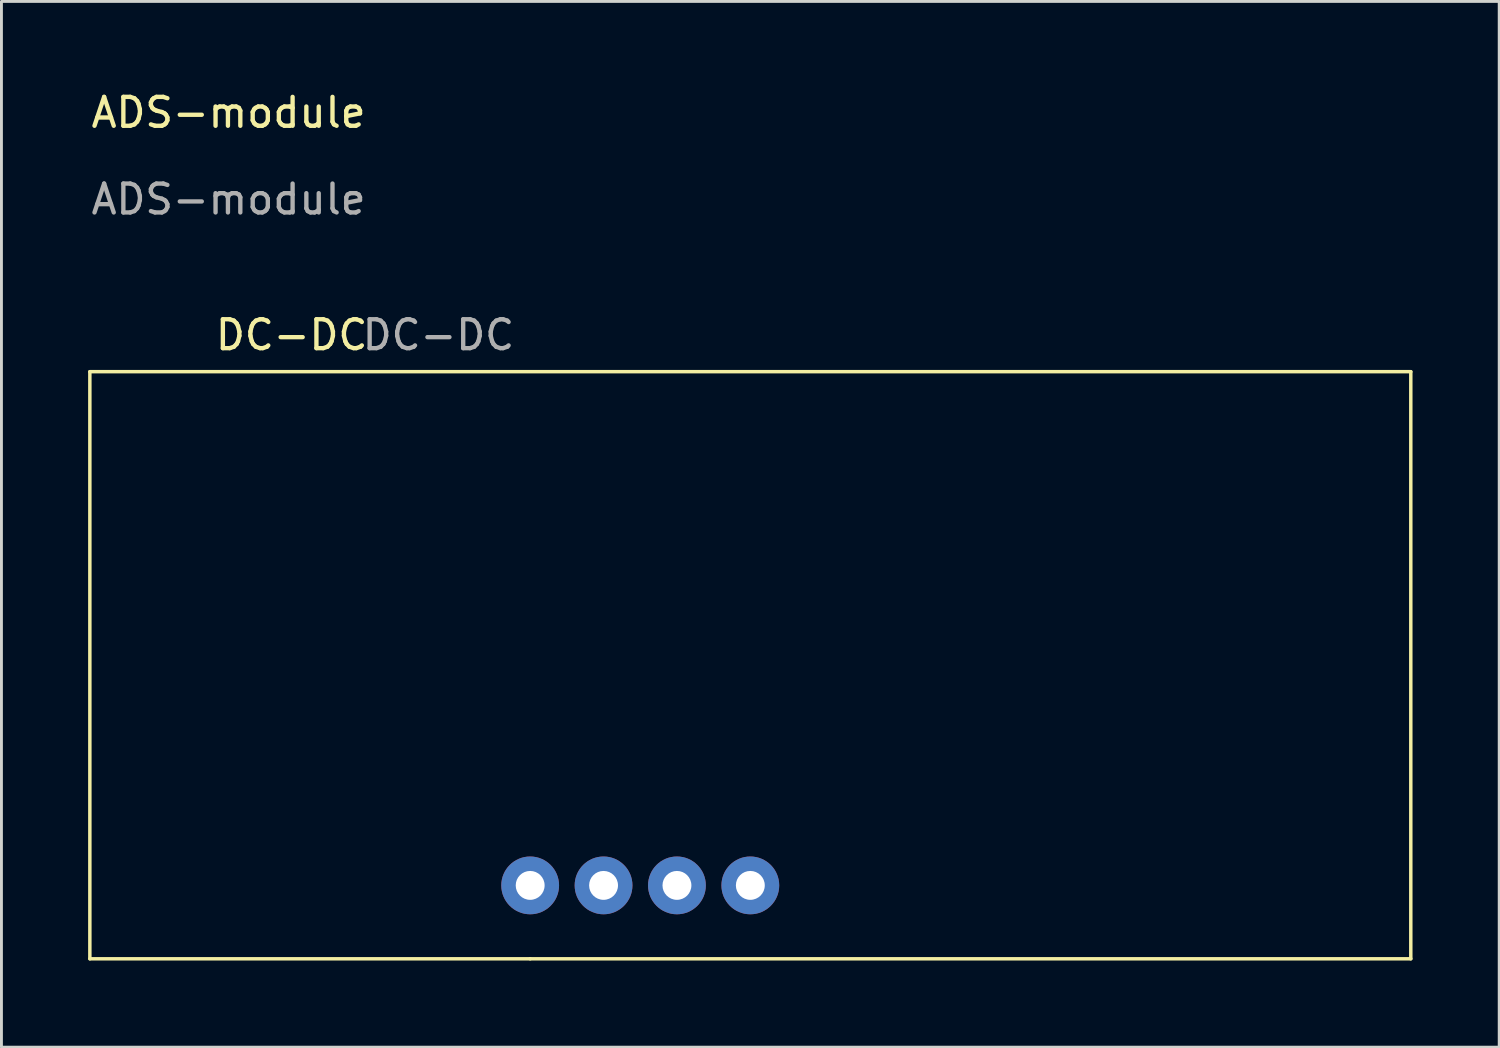
<source format=kicad_pcb>
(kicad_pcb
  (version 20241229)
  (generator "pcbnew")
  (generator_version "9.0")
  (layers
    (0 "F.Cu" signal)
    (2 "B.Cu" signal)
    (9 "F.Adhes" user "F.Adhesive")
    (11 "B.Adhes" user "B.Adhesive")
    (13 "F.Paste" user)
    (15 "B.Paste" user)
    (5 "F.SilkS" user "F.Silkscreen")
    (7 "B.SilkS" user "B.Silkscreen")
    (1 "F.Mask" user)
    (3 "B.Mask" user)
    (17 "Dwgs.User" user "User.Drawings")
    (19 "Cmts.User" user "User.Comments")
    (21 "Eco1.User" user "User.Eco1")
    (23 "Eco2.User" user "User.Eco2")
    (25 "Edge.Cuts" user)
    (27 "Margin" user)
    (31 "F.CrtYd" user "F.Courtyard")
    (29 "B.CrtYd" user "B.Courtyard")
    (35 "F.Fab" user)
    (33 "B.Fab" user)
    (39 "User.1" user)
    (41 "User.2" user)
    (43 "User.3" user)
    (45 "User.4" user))
  (footprint "DC-DC"
    (layer "F.Cu")
    (at 20.38 27.595)
    (property "Reference" "DC-DC" (at -13.335 -19.05 0) (unlocked yes) (layer "F.SilkS") (effects (font (size 1 1) (thickness 0.15))))
    (attr through_hole)
    (fp_rect (start -20.32 -17.78) (end 25.4 -17.78) (stroke (width 0.12) (type solid)) (fill no) (layer "F.SilkS"))
    (fp_rect (start -20.32 2.54) (end -20.32 -17.78) (stroke (width 0.12) (type solid)) (fill no) (layer "F.SilkS"))
    (fp_rect (start -5.08 2.54) (end -20.32 2.54) (stroke (width 0.12) (type solid)) (fill no) (layer "F.SilkS"))
    (fp_rect (start 25.4 -17.78) (end 25.4 2.54) (stroke (width 0.12) (type solid)) (fill no) (layer "F.SilkS"))
    (fp_rect (start 25.4 2.54) (end -5.08 2.54) (stroke (width 0.12) (type solid)) (fill no) (layer "F.SilkS"))
    (fp_text user "${REFERENCE}" (at -8.255 -19.05 0) (unlocked yes) (layer "F.Fab") (effects (font (size 1 1) (thickness 0.15))))
    (pad "1" thru_hole circle (at -5.08 0) (size 2 2) (drill 1) (layers "*.Cu" "*.Mask"))
    (pad "2" thru_hole circle (at -2.54 0) (size 2 2) (drill 1) (layers "*.Cu" "*.Mask"))
    (pad "3" thru_hole circle (at 0 0) (size 2 2) (drill 1) (layers "*.Cu" "*.Mask"))
    (pad "4" thru_hole circle (at 2.54 0) (size 2 2) (drill 1) (layers "*.Cu" "*.Mask")))
  (footprint "ADS-module"
    (layer "F.Cu")
    (at 4.863 1.348)
    (property "Reference" "ADS-module" (at 0 -0.5 0) (unlocked yes) (layer "F.SilkS") (effects (font (size 1 1) (thickness 0.15))))
    (attr smd)
    (fp_text user "${REFERENCE}" (at 0 2.5 0) (unlocked yes) (layer "F.Fab") (effects (font (size 1 1) (thickness 0.15)))))
  (gr_rect
    (start -3 -3)
    (end 48.84 33.195)
    (stroke (width 0.1) (type default))
    (fill no)
    (layer "Edge.Cuts")))
</source>
